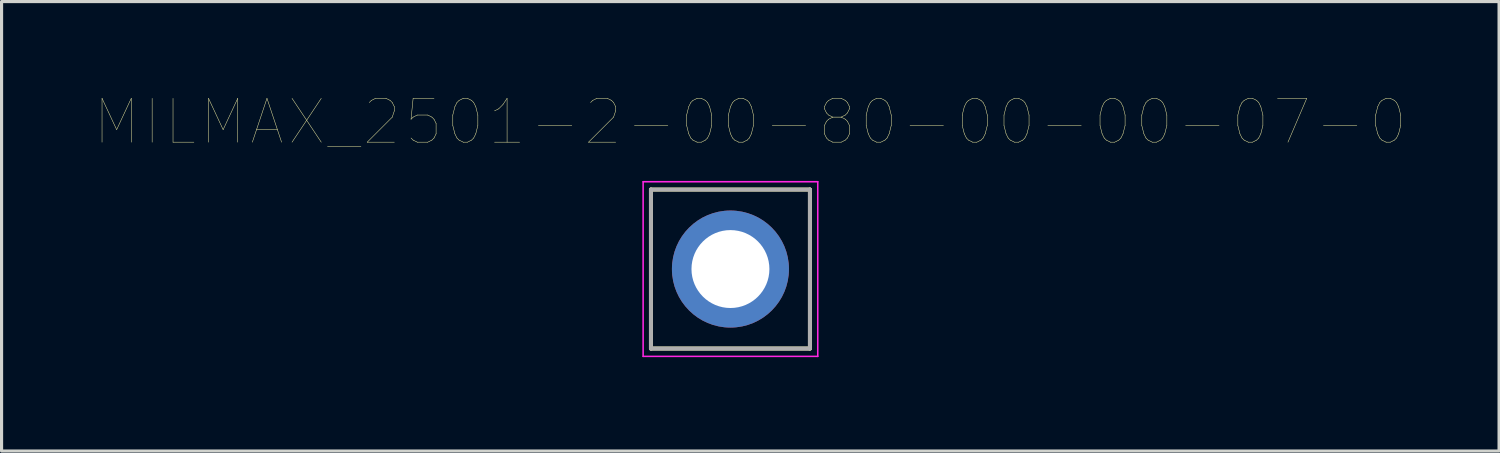
<source format=kicad_pcb>
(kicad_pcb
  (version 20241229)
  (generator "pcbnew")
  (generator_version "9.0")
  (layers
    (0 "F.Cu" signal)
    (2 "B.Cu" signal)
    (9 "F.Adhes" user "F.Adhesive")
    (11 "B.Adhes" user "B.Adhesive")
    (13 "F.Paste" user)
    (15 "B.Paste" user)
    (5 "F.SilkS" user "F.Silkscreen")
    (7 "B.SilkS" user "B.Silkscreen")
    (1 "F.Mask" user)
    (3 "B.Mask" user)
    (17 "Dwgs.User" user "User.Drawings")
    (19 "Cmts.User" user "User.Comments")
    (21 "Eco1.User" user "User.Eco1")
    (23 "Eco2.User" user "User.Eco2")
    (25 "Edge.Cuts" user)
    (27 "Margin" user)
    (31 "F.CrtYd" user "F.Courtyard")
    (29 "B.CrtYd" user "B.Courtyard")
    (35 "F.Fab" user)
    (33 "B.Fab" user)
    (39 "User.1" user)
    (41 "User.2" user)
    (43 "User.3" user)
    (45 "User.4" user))
  (footprint "MILMAX_2501-2-00-80-00-00-07-0"
    (layer "F.Cu")
    (at 20.29 5.547)
    (property "Reference" "MILMAX_2501-2-00-80-00-00-07-0" (at 0.635 -4.701 0) (layer "F.SilkS") (effects (font (size 1.401 1.401) (thickness 0.015))))
    (attr through_hole)
    (fp_line (start -2.54 -2.54) (end 2.54 -2.54) (stroke (width 0.127) (type solid)) (layer "F.SilkS"))
    (fp_line (start -2.54 2.54) (end -2.54 -2.54) (stroke (width 0.127) (type solid)) (layer "F.SilkS"))
    (fp_line (start 2.54 -2.54) (end 2.54 2.54) (stroke (width 0.127) (type solid)) (layer "F.SilkS"))
    (fp_line (start 2.54 2.54) (end -2.54 2.54) (stroke (width 0.127) (type solid)) (layer "F.SilkS"))
    (fp_line (start -2.79 -2.79) (end 2.79 -2.79) (stroke (width 0.05) (type solid)) (layer "F.CrtYd"))
    (fp_line (start -2.79 2.79) (end -2.79 -2.79) (stroke (width 0.05) (type solid)) (layer "F.CrtYd"))
    (fp_line (start 2.79 -2.79) (end 2.79 2.79) (stroke (width 0.05) (type solid)) (layer "F.CrtYd"))
    (fp_line (start 2.79 2.79) (end -2.79 2.79) (stroke (width 0.05) (type solid)) (layer "F.CrtYd"))
    (fp_line (start -2.54 -2.54) (end 2.54 -2.54) (stroke (width 0.127) (type solid)) (layer "F.Fab"))
    (fp_line (start -2.54 2.54) (end -2.54 -2.54) (stroke (width 0.127) (type solid)) (layer "F.Fab"))
    (fp_line (start 2.54 -2.54) (end 2.54 2.54) (stroke (width 0.127) (type solid)) (layer "F.Fab"))
    (fp_line (start 2.54 2.54) (end -2.54 2.54) (stroke (width 0.127) (type solid)) (layer "F.Fab"))
    (pad "1" thru_hole circle (at 0 0) (size 3.74 3.74) (drill 2.49) (layers "*.Cu" "*.Mask")))
  (gr_rect
    (start -3 -3)
    (end 44.85 11.362)
    (stroke (width 0.1) (type default))
    (fill no)
    (layer "Edge.Cuts")))
</source>
